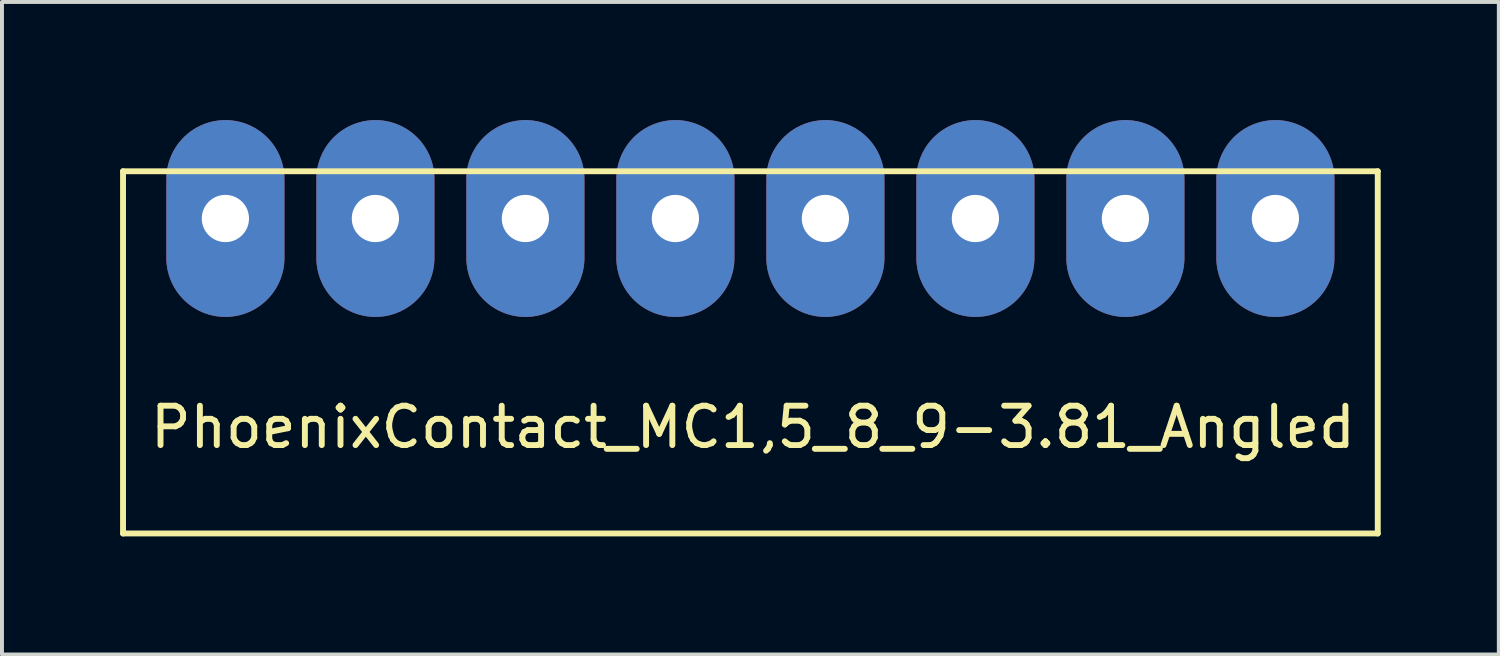
<source format=kicad_pcb>
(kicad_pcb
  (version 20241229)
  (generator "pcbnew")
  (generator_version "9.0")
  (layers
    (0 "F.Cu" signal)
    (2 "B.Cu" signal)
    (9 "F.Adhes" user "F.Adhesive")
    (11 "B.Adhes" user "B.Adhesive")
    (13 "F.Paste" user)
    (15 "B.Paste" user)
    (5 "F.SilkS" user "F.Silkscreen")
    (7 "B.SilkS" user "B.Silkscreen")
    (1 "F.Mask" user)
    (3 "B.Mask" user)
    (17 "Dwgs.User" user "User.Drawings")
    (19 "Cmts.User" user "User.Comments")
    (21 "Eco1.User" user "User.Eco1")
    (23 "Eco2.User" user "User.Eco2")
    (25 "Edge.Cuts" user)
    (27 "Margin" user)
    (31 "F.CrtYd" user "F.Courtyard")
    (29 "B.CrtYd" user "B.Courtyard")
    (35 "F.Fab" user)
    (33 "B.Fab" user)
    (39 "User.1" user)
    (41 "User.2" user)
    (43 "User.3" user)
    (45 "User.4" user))
  (footprint "PhoenixContact_MC1,5_8_9-3.81_Angled"
    (layer "F.Cu")
    (at 2.675 2.5)
    (property "Reference" "PhoenixContact_MC1,5_8_9-3.81_Angled" (at 13.4 5.3 0) (layer "F.SilkS") (effects (font (size 1 1) (thickness 0.15))))
    (attr through_hole)
    (fp_line (start -2.6 -1.2) (end 29.27 -1.2) (stroke (width 0.15) (type solid)) (layer "F.SilkS"))
    (fp_line (start -2.6 8) (end -2.6 -1.2) (stroke (width 0.15) (type solid)) (layer "F.SilkS"))
    (fp_line (start 29.27 -1.2) (end 29.27 8) (stroke (width 0.15) (type solid)) (layer "F.SilkS"))
    (fp_line (start 29.27 8) (end -2.6 8) (stroke (width 0.15) (type solid)) (layer "F.SilkS"))
    (pad "1" thru_hole oval (at 0 0) (size 3 5) (drill 1.2) (layers "*.Cu" "*.Mask"))
    (pad "2" thru_hole oval (at 3.81 0) (size 3 5) (drill 1.2) (layers "*.Cu" "*.Mask"))
    (pad "3" thru_hole oval (at 7.62 0) (size 3 5) (drill 1.2) (layers "*.Cu" "*.Mask"))
    (pad "4" thru_hole oval (at 11.43 0) (size 3 5) (drill 1.2) (layers "*.Cu" "*.Mask"))
    (pad "5" thru_hole oval (at 15.24 0) (size 3 5) (drill 1.2) (layers "*.Cu" "*.Mask"))
    (pad "6" thru_hole oval (at 19.05 0) (size 3 5) (drill 1.2) (layers "*.Cu" "*.Mask"))
    (pad "7" thru_hole oval (at 22.86 0) (size 3 5) (drill 1.2) (layers "*.Cu" "*.Mask"))
    (pad "8" thru_hole oval (at 26.67 0) (size 3 5) (drill 1.2) (layers "*.Cu" "*.Mask")))
  (gr_rect
    (start -3 -3)
    (end 35.02 13.575)
    (stroke (width 0.1) (type default))
    (fill no)
    (layer "Edge.Cuts")))
</source>
